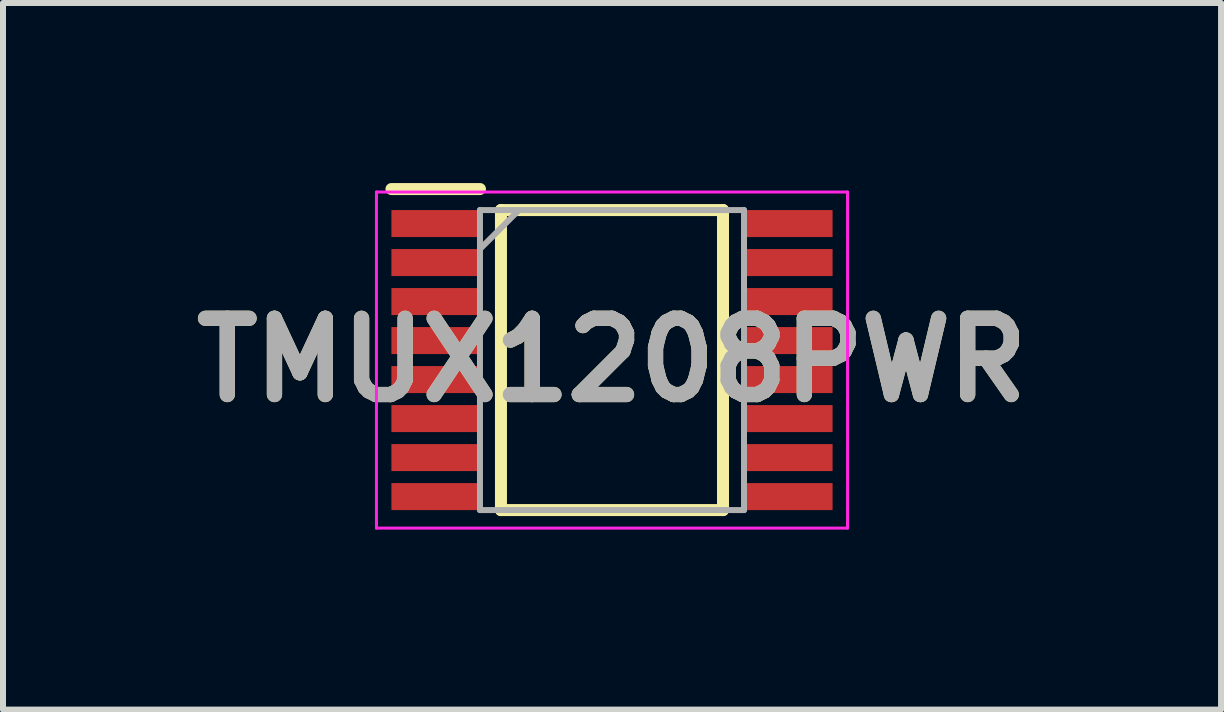
<source format=kicad_pcb>
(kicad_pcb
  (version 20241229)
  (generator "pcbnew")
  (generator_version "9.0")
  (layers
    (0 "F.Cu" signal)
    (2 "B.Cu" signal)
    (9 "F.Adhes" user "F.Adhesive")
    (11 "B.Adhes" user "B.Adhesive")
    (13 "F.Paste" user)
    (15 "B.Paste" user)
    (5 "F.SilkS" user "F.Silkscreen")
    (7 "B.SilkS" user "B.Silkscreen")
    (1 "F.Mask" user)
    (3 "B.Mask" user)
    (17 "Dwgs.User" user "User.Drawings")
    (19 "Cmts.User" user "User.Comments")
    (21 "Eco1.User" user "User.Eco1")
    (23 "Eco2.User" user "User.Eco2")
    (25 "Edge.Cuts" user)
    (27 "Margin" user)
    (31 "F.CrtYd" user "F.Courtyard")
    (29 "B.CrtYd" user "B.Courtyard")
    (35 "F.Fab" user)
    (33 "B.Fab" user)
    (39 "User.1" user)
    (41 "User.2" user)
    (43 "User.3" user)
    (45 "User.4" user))
  (footprint "TMUX1208PWR"
    (layer "F.Cu")
    (at 7.148 2.95)
    (property "Reference" "TMUX1208PWR" (at 0 0 0) (layer "F.SilkS") (effects (font (size 1.27 1.27) (thickness 0.254))))
    (attr smd)
    (fp_line (start -3.675 -2.85) (end -2.2 -2.85) (stroke (width 0.2) (type solid)) (layer "F.SilkS"))
    (fp_line (start -1.85 -2.5) (end 1.85 -2.5) (stroke (width 0.2) (type solid)) (layer "F.SilkS"))
    (fp_line (start -1.85 2.5) (end -1.85 -2.5) (stroke (width 0.2) (type solid)) (layer "F.SilkS"))
    (fp_line (start 1.85 -2.5) (end 1.85 2.5) (stroke (width 0.2) (type solid)) (layer "F.SilkS"))
    (fp_line (start 1.85 2.5) (end -1.85 2.5) (stroke (width 0.2) (type solid)) (layer "F.SilkS"))
    (fp_line (start -3.925 -2.8) (end 3.925 -2.8) (stroke (width 0.05) (type solid)) (layer "F.CrtYd"))
    (fp_line (start -3.925 2.8) (end -3.925 -2.8) (stroke (width 0.05) (type solid)) (layer "F.CrtYd"))
    (fp_line (start 3.925 -2.8) (end 3.925 2.8) (stroke (width 0.05) (type solid)) (layer "F.CrtYd"))
    (fp_line (start 3.925 2.8) (end -3.925 2.8) (stroke (width 0.05) (type solid)) (layer "F.CrtYd"))
    (fp_line (start -2.2 -2.5) (end 2.2 -2.5) (stroke (width 0.1) (type solid)) (layer "F.Fab"))
    (fp_line (start -2.2 -1.85) (end -1.55 -2.5) (stroke (width 0.1) (type solid)) (layer "F.Fab"))
    (fp_line (start -2.2 2.5) (end -2.2 -2.5) (stroke (width 0.1) (type solid)) (layer "F.Fab"))
    (fp_line (start 2.2 -2.5) (end 2.2 2.5) (stroke (width 0.1) (type solid)) (layer "F.Fab"))
    (fp_line (start 2.2 2.5) (end -2.2 2.5) (stroke (width 0.1) (type solid)) (layer "F.Fab"))
    (fp_text user "${REFERENCE}" (at 0 0 0) (layer "F.Fab") (effects (font (size 1.27 1.27) (thickness 0.254))))
    (pad "1" smd rect (at -2.938 -2.275 90) (size 0.45 1.475) (layers "F.Cu" "F.Mask" "F.Paste"))
    (pad "2" smd rect (at -2.938 -1.625 90) (size 0.45 1.475) (layers "F.Cu" "F.Mask" "F.Paste"))
    (pad "3" smd rect (at -2.938 -0.975 90) (size 0.45 1.475) (layers "F.Cu" "F.Mask" "F.Paste"))
    (pad "4" smd rect (at -2.938 -0.325 90) (size 0.45 1.475) (layers "F.Cu" "F.Mask" "F.Paste"))
    (pad "5" smd rect (at -2.938 0.325 90) (size 0.45 1.475) (layers "F.Cu" "F.Mask" "F.Paste"))
    (pad "6" smd rect (at -2.938 0.975 90) (size 0.45 1.475) (layers "F.Cu" "F.Mask" "F.Paste"))
    (pad "7" smd rect (at -2.938 1.625 90) (size 0.45 1.475) (layers "F.Cu" "F.Mask" "F.Paste"))
    (pad "8" smd rect (at -2.938 2.275 90) (size 0.45 1.475) (layers "F.Cu" "F.Mask" "F.Paste"))
    (pad "9" smd rect (at 2.938 2.275 90) (size 0.45 1.475) (layers "F.Cu" "F.Mask" "F.Paste"))
    (pad "10" smd rect (at 2.938 1.625 90) (size 0.45 1.475) (layers "F.Cu" "F.Mask" "F.Paste"))
    (pad "11" smd rect (at 2.938 0.975 90) (size 0.45 1.475) (layers "F.Cu" "F.Mask" "F.Paste"))
    (pad "12" smd rect (at 2.938 0.325 90) (size 0.45 1.475) (layers "F.Cu" "F.Mask" "F.Paste"))
    (pad "13" smd rect (at 2.938 -0.325 90) (size 0.45 1.475) (layers "F.Cu" "F.Mask" "F.Paste"))
    (pad "14" smd rect (at 2.938 -0.975 90) (size 0.45 1.475) (layers "F.Cu" "F.Mask" "F.Paste"))
    (pad "15" smd rect (at 2.938 -1.625 90) (size 0.45 1.475) (layers "F.Cu" "F.Mask" "F.Paste"))
    (pad "16" smd rect (at 2.938 -2.275 90) (size 0.45 1.475) (layers "F.Cu" "F.Mask" "F.Paste")))
  (gr_rect
    (start -3 -3)
    (end 17.297 8.775)
    (stroke (width 0.1) (type default))
    (fill no)
    (layer "Edge.Cuts")))
</source>
